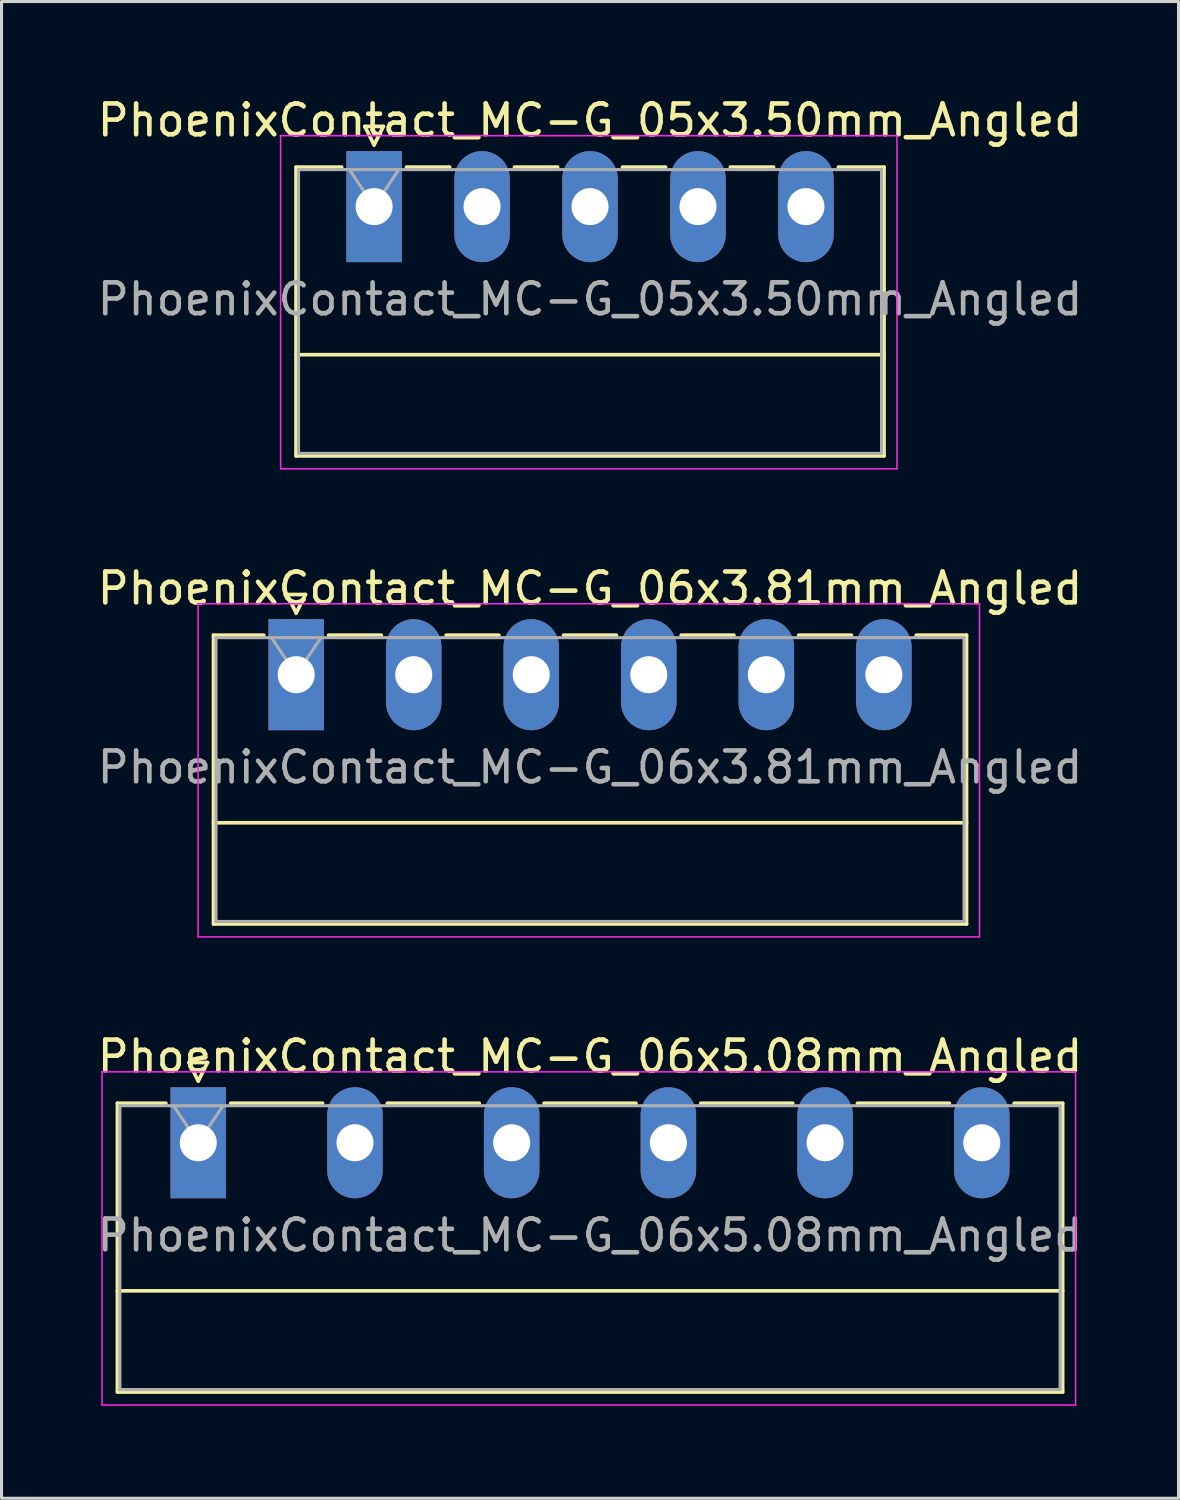
<source format=kicad_pcb>
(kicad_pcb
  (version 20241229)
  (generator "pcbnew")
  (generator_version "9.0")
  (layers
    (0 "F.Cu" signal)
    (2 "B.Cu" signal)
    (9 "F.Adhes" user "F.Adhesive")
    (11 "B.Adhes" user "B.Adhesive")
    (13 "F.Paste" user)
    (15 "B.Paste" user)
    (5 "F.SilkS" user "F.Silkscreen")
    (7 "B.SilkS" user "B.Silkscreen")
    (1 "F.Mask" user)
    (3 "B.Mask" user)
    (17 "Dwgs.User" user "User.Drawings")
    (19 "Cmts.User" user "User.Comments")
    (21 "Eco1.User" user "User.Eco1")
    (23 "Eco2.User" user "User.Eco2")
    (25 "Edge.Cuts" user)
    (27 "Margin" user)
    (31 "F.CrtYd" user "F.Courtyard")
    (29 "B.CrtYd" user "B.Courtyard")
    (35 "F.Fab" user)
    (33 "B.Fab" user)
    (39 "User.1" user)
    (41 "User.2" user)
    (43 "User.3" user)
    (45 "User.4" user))
  (footprint "PhoenixContact_MC-G_05x3.50mm_Angled"
    (layer "F.Cu")
    (at 9.077 3.648)
    (property "Reference" "PhoenixContact_MC-G_05x3.50mm_Angled" (at 7 -2.8 0) (layer "F.SilkS") (effects (font (size 1 1) (thickness 0.15))))
    (attr through_hole)
    (fp_line (start -2.53 -1.28) (end -2.53 8.08) (stroke (width 0.12) (type solid)) (layer "F.SilkS"))
    (fp_line (start -2.53 -1.28) (end -1.05 -1.28) (stroke (width 0.12) (type solid)) (layer "F.SilkS"))
    (fp_line (start -2.53 4.8) (end 16.53 4.8) (stroke (width 0.12) (type solid)) (layer "F.SilkS"))
    (fp_line (start -2.53 8.08) (end 16.53 8.08) (stroke (width 0.12) (type solid)) (layer "F.SilkS"))
    (fp_line (start -0.3 -2.6) (end 0.3 -2.6) (stroke (width 0.12) (type solid)) (layer "F.SilkS"))
    (fp_line (start 0 -2) (end -0.3 -2.6) (stroke (width 0.12) (type solid)) (layer "F.SilkS"))
    (fp_line (start 0.3 -2.6) (end 0 -2) (stroke (width 0.12) (type solid)) (layer "F.SilkS"))
    (fp_line (start 1.05 -1.28) (end 2.45 -1.28) (stroke (width 0.12) (type solid)) (layer "F.SilkS"))
    (fp_line (start 4.55 -1.28) (end 5.95 -1.28) (stroke (width 0.12) (type solid)) (layer "F.SilkS"))
    (fp_line (start 8.05 -1.28) (end 9.45 -1.28) (stroke (width 0.12) (type solid)) (layer "F.SilkS"))
    (fp_line (start 11.55 -1.28) (end 12.95 -1.28) (stroke (width 0.12) (type solid)) (layer "F.SilkS"))
    (fp_line (start 16.53 -1.28) (end 15.05 -1.28) (stroke (width 0.12) (type solid)) (layer "F.SilkS"))
    (fp_line (start 16.53 8.08) (end 16.53 -1.28) (stroke (width 0.12) (type solid)) (layer "F.SilkS"))
    (fp_line (start -3.03 -2.3) (end -3.03 8.5) (stroke (width 0.05) (type solid)) (layer "F.CrtYd"))
    (fp_line (start -3.03 8.5) (end 16.95 8.5) (stroke (width 0.05) (type solid)) (layer "F.CrtYd"))
    (fp_line (start 16.95 -2.3) (end -3.03 -2.3) (stroke (width 0.05) (type solid)) (layer "F.CrtYd"))
    (fp_line (start 16.95 8.5) (end 16.95 -2.3) (stroke (width 0.05) (type solid)) (layer "F.CrtYd"))
    (fp_line (start -2.45 -1.2) (end -2.45 8) (stroke (width 0.1) (type solid)) (layer "F.Fab"))
    (fp_line (start -2.45 8) (end 16.45 8) (stroke (width 0.1) (type solid)) (layer "F.Fab"))
    (fp_line (start 0 0) (end -0.8 -1.2) (stroke (width 0.1) (type solid)) (layer "F.Fab"))
    (fp_line (start 0.8 -1.2) (end 0 0) (stroke (width 0.1) (type solid)) (layer "F.Fab"))
    (fp_line (start 16.45 -1.2) (end -2.45 -1.2) (stroke (width 0.1) (type solid)) (layer "F.Fab"))
    (fp_line (start 16.45 8) (end 16.45 -1.2) (stroke (width 0.1) (type solid)) (layer "F.Fab"))
    (fp_text user "${REFERENCE}" (at 7 3 0) (layer "F.Fab") (effects (font (size 1 1) (thickness 0.15))))
    (pad "1" thru_hole rect (at 0 0) (size 1.8 3.6) (drill 1.2) (layers "*.Cu" "*.Mask"))
    (pad "2" thru_hole oval (at 3.5 0) (size 1.8 3.6) (drill 1.2) (layers "*.Cu" "*.Mask"))
    (pad "3" thru_hole oval (at 7 0) (size 1.8 3.6) (drill 1.2) (layers "*.Cu" "*.Mask"))
    (pad "4" thru_hole oval (at 10.5 0) (size 1.8 3.6) (drill 1.2) (layers "*.Cu" "*.Mask"))
    (pad "5" thru_hole oval (at 14 0) (size 1.8 3.6) (drill 1.2) (layers "*.Cu" "*.Mask")))
  (footprint "PhoenixContact_MC-G_06x3.81mm_Angled"
    (layer "F.Cu")
    (at 6.552 18.822)
    (property "Reference" "PhoenixContact_MC-G_06x3.81mm_Angled" (at 9.525 -2.8 0) (layer "F.SilkS") (effects (font (size 1 1) (thickness 0.15))))
    (attr through_hole)
    (fp_line (start -2.68 -1.28) (end -2.68 8.08) (stroke (width 0.12) (type solid)) (layer "F.SilkS"))
    (fp_line (start -2.68 -1.28) (end -1.05 -1.28) (stroke (width 0.12) (type solid)) (layer "F.SilkS"))
    (fp_line (start -2.68 4.8) (end 21.73 4.8) (stroke (width 0.12) (type solid)) (layer "F.SilkS"))
    (fp_line (start -2.68 8.08) (end 21.73 8.08) (stroke (width 0.12) (type solid)) (layer "F.SilkS"))
    (fp_line (start -0.3 -2.6) (end 0.3 -2.6) (stroke (width 0.12) (type solid)) (layer "F.SilkS"))
    (fp_line (start 0 -2) (end -0.3 -2.6) (stroke (width 0.12) (type solid)) (layer "F.SilkS"))
    (fp_line (start 0.3 -2.6) (end 0 -2) (stroke (width 0.12) (type solid)) (layer "F.SilkS"))
    (fp_line (start 1.05 -1.28) (end 2.76 -1.28) (stroke (width 0.12) (type solid)) (layer "F.SilkS"))
    (fp_line (start 4.86 -1.28) (end 6.57 -1.28) (stroke (width 0.12) (type solid)) (layer "F.SilkS"))
    (fp_line (start 8.67 -1.28) (end 10.38 -1.28) (stroke (width 0.12) (type solid)) (layer "F.SilkS"))
    (fp_line (start 12.48 -1.28) (end 14.19 -1.28) (stroke (width 0.12) (type solid)) (layer "F.SilkS"))
    (fp_line (start 16.29 -1.28) (end 18 -1.28) (stroke (width 0.12) (type solid)) (layer "F.SilkS"))
    (fp_line (start 21.73 -1.28) (end 20.1 -1.28) (stroke (width 0.12) (type solid)) (layer "F.SilkS"))
    (fp_line (start 21.73 8.08) (end 21.73 -1.28) (stroke (width 0.12) (type solid)) (layer "F.SilkS"))
    (fp_line (start -3.18 -2.3) (end -3.18 8.5) (stroke (width 0.05) (type solid)) (layer "F.CrtYd"))
    (fp_line (start -3.18 8.5) (end 22.15 8.5) (stroke (width 0.05) (type solid)) (layer "F.CrtYd"))
    (fp_line (start 22.15 -2.3) (end -3.18 -2.3) (stroke (width 0.05) (type solid)) (layer "F.CrtYd"))
    (fp_line (start 22.15 8.5) (end 22.15 -2.3) (stroke (width 0.05) (type solid)) (layer "F.CrtYd"))
    (fp_line (start -2.6 -1.2) (end -2.6 8) (stroke (width 0.1) (type solid)) (layer "F.Fab"))
    (fp_line (start -2.6 8) (end 21.65 8) (stroke (width 0.1) (type solid)) (layer "F.Fab"))
    (fp_line (start 0 0) (end -0.8 -1.2) (stroke (width 0.1) (type solid)) (layer "F.Fab"))
    (fp_line (start 0.8 -1.2) (end 0 0) (stroke (width 0.1) (type solid)) (layer "F.Fab"))
    (fp_line (start 21.65 -1.2) (end -2.6 -1.2) (stroke (width 0.1) (type solid)) (layer "F.Fab"))
    (fp_line (start 21.65 8) (end 21.65 -1.2) (stroke (width 0.1) (type solid)) (layer "F.Fab"))
    (fp_text user "${REFERENCE}" (at 9.525 3 0) (layer "F.Fab") (effects (font (size 1 1) (thickness 0.15))))
    (pad "1" thru_hole rect (at 0 0) (size 1.8 3.6) (drill 1.2) (layers "*.Cu" "*.Mask"))
    (pad "2" thru_hole oval (at 3.81 0) (size 1.8 3.6) (drill 1.2) (layers "*.Cu" "*.Mask"))
    (pad "3" thru_hole oval (at 7.62 0) (size 1.8 3.6) (drill 1.2) (layers "*.Cu" "*.Mask"))
    (pad "4" thru_hole oval (at 11.43 0) (size 1.8 3.6) (drill 1.2) (layers "*.Cu" "*.Mask"))
    (pad "5" thru_hole oval (at 15.24 0) (size 1.8 3.6) (drill 1.2) (layers "*.Cu" "*.Mask"))
    (pad "6" thru_hole oval (at 19.05 0) (size 1.8 3.6) (drill 1.2) (layers "*.Cu" "*.Mask")))
  (footprint "PhoenixContact_MC-G_06x5.08mm_Angled"
    (layer "F.Cu")
    (at 3.377 33.995)
    (property "Reference" "PhoenixContact_MC-G_06x5.08mm_Angled" (at 12.7 -2.8 0) (layer "F.SilkS") (effects (font (size 1 1) (thickness 0.15))))
    (attr through_hole)
    (fp_line (start -2.62 -1.28) (end -2.62 8.08) (stroke (width 0.12) (type solid)) (layer "F.SilkS"))
    (fp_line (start -2.62 -1.28) (end -1.05 -1.28) (stroke (width 0.12) (type solid)) (layer "F.SilkS"))
    (fp_line (start -2.62 4.8) (end 28.02 4.8) (stroke (width 0.12) (type solid)) (layer "F.SilkS"))
    (fp_line (start -2.62 8.08) (end 28.02 8.08) (stroke (width 0.12) (type solid)) (layer "F.SilkS"))
    (fp_line (start -0.3 -2.6) (end 0.3 -2.6) (stroke (width 0.12) (type solid)) (layer "F.SilkS"))
    (fp_line (start 0 -2) (end -0.3 -2.6) (stroke (width 0.12) (type solid)) (layer "F.SilkS"))
    (fp_line (start 0.3 -2.6) (end 0 -2) (stroke (width 0.12) (type solid)) (layer "F.SilkS"))
    (fp_line (start 1.05 -1.28) (end 4.03 -1.28) (stroke (width 0.12) (type solid)) (layer "F.SilkS"))
    (fp_line (start 6.13 -1.28) (end 9.11 -1.28) (stroke (width 0.12) (type solid)) (layer "F.SilkS"))
    (fp_line (start 11.21 -1.28) (end 14.19 -1.28) (stroke (width 0.12) (type solid)) (layer "F.SilkS"))
    (fp_line (start 16.29 -1.28) (end 19.27 -1.28) (stroke (width 0.12) (type solid)) (layer "F.SilkS"))
    (fp_line (start 21.37 -1.28) (end 24.35 -1.28) (stroke (width 0.12) (type solid)) (layer "F.SilkS"))
    (fp_line (start 28.02 -1.28) (end 26.45 -1.28) (stroke (width 0.12) (type solid)) (layer "F.SilkS"))
    (fp_line (start 28.02 8.08) (end 28.02 -1.28) (stroke (width 0.12) (type solid)) (layer "F.SilkS"))
    (fp_line (start -3.12 -2.3) (end -3.12 8.5) (stroke (width 0.05) (type solid)) (layer "F.CrtYd"))
    (fp_line (start -3.12 8.5) (end 28.44 8.5) (stroke (width 0.05) (type solid)) (layer "F.CrtYd"))
    (fp_line (start 28.44 -2.3) (end -3.12 -2.3) (stroke (width 0.05) (type solid)) (layer "F.CrtYd"))
    (fp_line (start 28.44 8.5) (end 28.44 -2.3) (stroke (width 0.05) (type solid)) (layer "F.CrtYd"))
    (fp_line (start -2.54 -1.2) (end -2.54 8) (stroke (width 0.1) (type solid)) (layer "F.Fab"))
    (fp_line (start -2.54 8) (end 27.94 8) (stroke (width 0.1) (type solid)) (layer "F.Fab"))
    (fp_line (start 0 0) (end -0.8 -1.2) (stroke (width 0.1) (type solid)) (layer "F.Fab"))
    (fp_line (start 0.8 -1.2) (end 0 0) (stroke (width 0.1) (type solid)) (layer "F.Fab"))
    (fp_line (start 27.94 -1.2) (end -2.54 -1.2) (stroke (width 0.1) (type solid)) (layer "F.Fab"))
    (fp_line (start 27.94 8) (end 27.94 -1.2) (stroke (width 0.1) (type solid)) (layer "F.Fab"))
    (fp_text user "${REFERENCE}" (at 12.7 3 0) (layer "F.Fab") (effects (font (size 1 1) (thickness 0.15))))
    (pad "1" thru_hole rect (at 0 0) (size 1.8 3.6) (drill 1.2) (layers "*.Cu" "*.Mask"))
    (pad "2" thru_hole oval (at 5.08 0) (size 1.8 3.6) (drill 1.2) (layers "*.Cu" "*.Mask"))
    (pad "3" thru_hole oval (at 10.16 0) (size 1.8 3.6) (drill 1.2) (layers "*.Cu" "*.Mask"))
    (pad "4" thru_hole oval (at 15.24 0) (size 1.8 3.6) (drill 1.2) (layers "*.Cu" "*.Mask"))
    (pad "5" thru_hole oval (at 20.32 0) (size 1.8 3.6) (drill 1.2) (layers "*.Cu" "*.Mask"))
    (pad "6" thru_hole oval (at 25.4 0) (size 1.8 3.6) (drill 1.2) (layers "*.Cu" "*.Mask")))
  (gr_rect
    (start -3 -3)
    (end 35.155 45.52)
    (stroke (width 0.1) (type default))
    (fill no)
    (layer "Edge.Cuts")))
</source>
